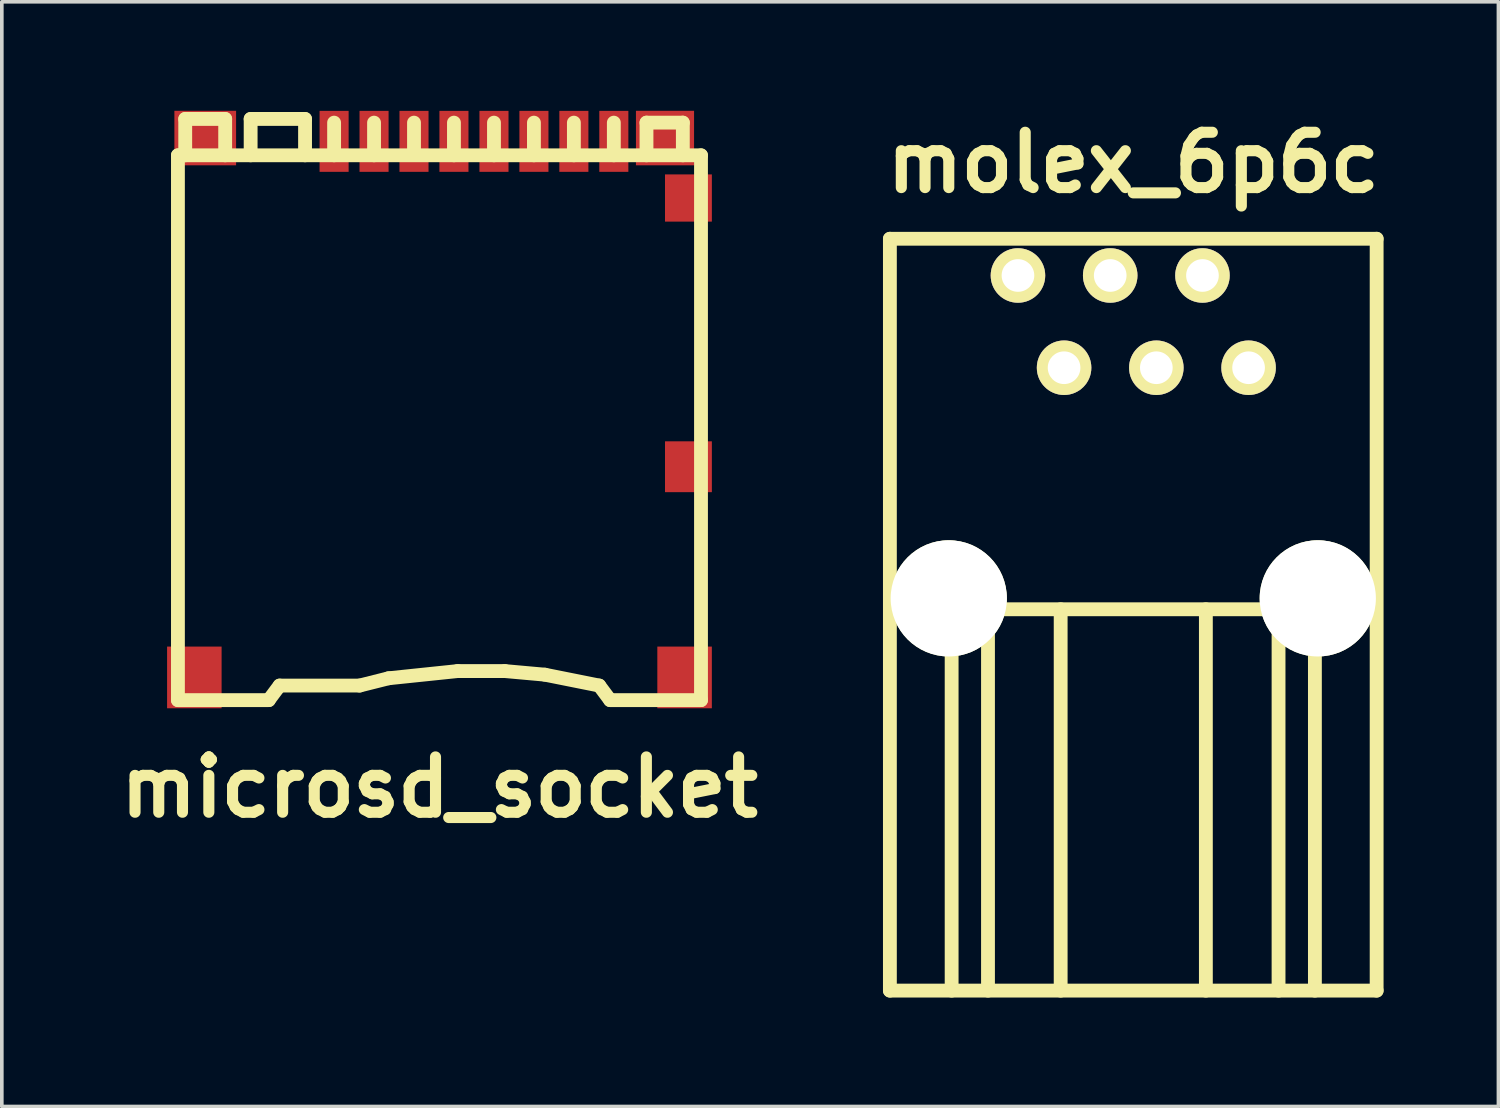
<source format=kicad_pcb>
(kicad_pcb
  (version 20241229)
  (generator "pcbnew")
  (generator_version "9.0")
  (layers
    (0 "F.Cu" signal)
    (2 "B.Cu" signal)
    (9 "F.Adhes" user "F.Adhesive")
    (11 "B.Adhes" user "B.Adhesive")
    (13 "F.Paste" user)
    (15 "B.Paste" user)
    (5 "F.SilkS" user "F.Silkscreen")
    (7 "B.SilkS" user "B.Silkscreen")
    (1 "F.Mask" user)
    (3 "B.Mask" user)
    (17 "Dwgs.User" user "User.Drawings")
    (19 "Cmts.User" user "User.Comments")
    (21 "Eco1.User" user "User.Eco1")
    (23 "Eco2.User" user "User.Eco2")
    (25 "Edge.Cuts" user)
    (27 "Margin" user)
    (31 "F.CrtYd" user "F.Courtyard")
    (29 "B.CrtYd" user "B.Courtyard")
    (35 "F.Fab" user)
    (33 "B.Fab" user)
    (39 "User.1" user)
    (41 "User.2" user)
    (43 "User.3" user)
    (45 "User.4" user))
  (footprint "microsd_socket"
    (layer "F.Cu")
    (at 9.05 8.226)
    (property "Reference" "microsd_socket" (at 0 10.399 0) (layer "F.SilkS") (effects (font (size 1.524 1.524) (thickness 0.305))))
    (attr through_hole)
    (fp_line (start -7.201 -7) (end -7.201 8.001) (stroke (width 0.381) (type solid)) (layer "F.SilkS"))
    (fp_line (start -7 -7) (end -7 -8.001) (stroke (width 0.381) (type solid)) (layer "F.SilkS"))
    (fp_line (start -5.9 -8.001) (end -7 -8.001) (stroke (width 0.381) (type solid)) (layer "F.SilkS"))
    (fp_line (start -5.9 -8.001) (end -5.9 -7) (stroke (width 0.381) (type solid)) (layer "F.SilkS"))
    (fp_line (start -5.199 -8.001) (end -5.199 -7) (stroke (width 0.381) (type solid)) (layer "F.SilkS"))
    (fp_line (start -4.699 8.001) (end -7.201 8.001) (stroke (width 0.381) (type solid)) (layer "F.SilkS"))
    (fp_line (start -4.402 7.6) (end -4.702 8.001) (stroke (width 0.381) (type solid)) (layer "F.SilkS"))
    (fp_line (start -3.701 -8.001) (end -5.199 -8.001) (stroke (width 0.381) (type solid)) (layer "F.SilkS"))
    (fp_line (start -3.701 -7) (end -3.701 -8.001) (stroke (width 0.381) (type solid)) (layer "F.SilkS"))
    (fp_line (start -2.901 -7) (end -2.901 -7.899) (stroke (width 0.381) (type solid)) (layer "F.SilkS"))
    (fp_line (start -2.2 7.6) (end -4.399 7.6) (stroke (width 0.381) (type solid)) (layer "F.SilkS"))
    (fp_line (start -2.2 7.6) (end -1.4 7.399) (stroke (width 0.381) (type solid)) (layer "F.SilkS"))
    (fp_line (start -1.801 -7.899) (end -1.801 -7) (stroke (width 0.381) (type solid)) (layer "F.SilkS"))
    (fp_line (start -1.4 7.399) (end 0.5 7.201) (stroke (width 0.381) (type solid)) (layer "F.SilkS"))
    (fp_line (start -0.701 -7.899) (end -0.701 -7.099) (stroke (width 0.381) (type solid)) (layer "F.SilkS"))
    (fp_line (start 0.399 -7.899) (end 0.399 -7) (stroke (width 0.381) (type solid)) (layer "F.SilkS"))
    (fp_line (start 0.5 7.201) (end 1.801 7.201) (stroke (width 0.381) (type solid)) (layer "F.SilkS"))
    (fp_line (start 1.501 -7.899) (end 1.501 -7) (stroke (width 0.381) (type solid)) (layer "F.SilkS"))
    (fp_line (start 1.801 7.201) (end 2.901 7.3) (stroke (width 0.381) (type solid)) (layer "F.SilkS"))
    (fp_line (start 2.601 -7.899) (end 2.601 -7) (stroke (width 0.381) (type solid)) (layer "F.SilkS"))
    (fp_line (start 2.901 7.3) (end 4.399 7.6) (stroke (width 0.381) (type solid)) (layer "F.SilkS"))
    (fp_line (start 3.701 -7.899) (end 3.701 -7) (stroke (width 0.381) (type solid)) (layer "F.SilkS"))
    (fp_line (start 4.699 8.001) (end 4.399 7.6) (stroke (width 0.381) (type solid)) (layer "F.SilkS"))
    (fp_line (start 4.699 8.001) (end 7.201 8.001) (stroke (width 0.381) (type solid)) (layer "F.SilkS"))
    (fp_line (start 4.801 -7.899) (end 4.801 -7) (stroke (width 0.381) (type solid)) (layer "F.SilkS"))
    (fp_line (start 5.7 -7.899) (end 6.701 -7.899) (stroke (width 0.381) (type solid)) (layer "F.SilkS"))
    (fp_line (start 5.7 -7) (end 5.7 -7.899) (stroke (width 0.381) (type solid)) (layer "F.SilkS"))
    (fp_line (start 6.701 -7.899) (end 6.701 -7) (stroke (width 0.381) (type solid)) (layer "F.SilkS"))
    (fp_line (start 7.201 -7) (end -7.201 -7) (stroke (width 0.381) (type solid)) (layer "F.SilkS"))
    (fp_line (start 7.201 8.001) (end 7.201 -7) (stroke (width 0.381) (type solid)) (layer "F.SilkS"))
    (pad "" smd rect (at -6.749 7.376) (size 1.501 1.699) (layers "F.Cu" "F.Mask" "F.Paste"))
    (pad "" smd rect (at -6.449 -7.475) (size 1.699 1.501) (layers "F.Cu" "F.Mask" "F.Paste"))
    (pad "" smd rect (at 6.21 -7.475) (size 1.6 1.501) (layers "F.Cu" "F.Mask" "F.Paste"))
    (pad "" smd rect (at 6.749 7.376) (size 1.501 1.699) (layers "F.Cu" "F.Mask" "F.Paste"))
    (pad "1" smd rect (at -2.901 -7.384) (size 0.8 1.679) (layers "F.Cu" "F.Mask" "F.Paste"))
    (pad "2" smd rect (at -1.801 -7.384) (size 0.8 1.679) (layers "F.Cu" "F.Mask" "F.Paste"))
    (pad "3" smd rect (at -0.701 -7.384) (size 0.8 1.679) (layers "F.Cu" "F.Mask" "F.Paste"))
    (pad "4" smd rect (at 0.399 -7.384) (size 0.8 1.679) (layers "F.Cu" "F.Mask" "F.Paste"))
    (pad "5" smd rect (at 1.501 -7.384) (size 0.8 1.679) (layers "F.Cu" "F.Mask" "F.Paste"))
    (pad "6" smd rect (at 2.601 -7.384) (size 0.8 1.679) (layers "F.Cu" "F.Mask" "F.Paste"))
    (pad "7" smd rect (at 3.701 -7.384) (size 0.8 1.679) (layers "F.Cu" "F.Mask" "F.Paste"))
    (pad "8" smd rect (at 4.801 -7.384) (size 0.8 1.679) (layers "F.Cu" "F.Mask" "F.Paste"))
    (pad "CD1" smd rect (at 6.855 1.575) (size 1.29 1.4) (layers "F.Cu" "F.Mask" "F.Paste"))
    (pad "CD2" smd rect (at 6.855 -5.824) (size 1.29 1.3) (layers "F.Cu" "F.Mask" "F.Paste")))
  (footprint "molex_6p6c"
    (layer "F.Cu")
    (at 28.153 13.425)
    (property "Reference" "molex_6p6c" (at 0 -11.999 0) (layer "F.SilkS") (effects (font (size 1.524 1.524) (thickness 0.305))))
    (attr through_hole)
    (fp_line (start -6.701 -9.901) (end -6.701 10.8) (stroke (width 0.381) (type solid)) (layer "F.SilkS"))
    (fp_line (start -6.701 -9.901) (end 6.701 -9.901) (stroke (width 0.381) (type solid)) (layer "F.SilkS"))
    (fp_line (start -5.001 0.3) (end -5.001 10.8) (stroke (width 0.381) (type solid)) (layer "F.SilkS"))
    (fp_line (start -5.001 0.3) (end 5.001 0.3) (stroke (width 0.381) (type solid)) (layer "F.SilkS"))
    (fp_line (start -4 10.8) (end -4 0.3) (stroke (width 0.381) (type solid)) (layer "F.SilkS"))
    (fp_line (start -1.999 10.8) (end -1.999 0.3) (stroke (width 0.381) (type solid)) (layer "F.SilkS"))
    (fp_line (start 1.999 10.8) (end 1.999 0.3) (stroke (width 0.381) (type solid)) (layer "F.SilkS"))
    (fp_line (start 4 0.3) (end 4 10.8) (stroke (width 0.381) (type solid)) (layer "F.SilkS"))
    (fp_line (start 5.001 0.3) (end 5.001 10.8) (stroke (width 0.381) (type solid)) (layer "F.SilkS"))
    (fp_line (start 6.701 -9.901) (end 6.701 10.8) (stroke (width 0.381) (type solid)) (layer "F.SilkS"))
    (fp_line (start 6.701 10.8) (end -6.701 10.8) (stroke (width 0.381) (type solid)) (layer "F.SilkS"))
    (pad "" np_thru_hole circle (at -5.08 0) (size 3.2 3.2) (drill 3.2) (layers "*.Cu" "*.Mask" "F.SilkS"))
    (pad "" np_thru_hole circle (at 5.08 0) (size 3.2 3.2) (drill 3.2) (layers "*.Cu" "*.Mask" "F.SilkS"))
    (pad "1" thru_hole circle (at -3.175 -8.89) (size 1.501 1.501) (drill 0.899) (layers "*.Cu" "*.Mask" "F.SilkS"))
    (pad "2" thru_hole circle (at -1.905 -6.35) (size 1.501 1.501) (drill 0.899) (layers "*.Cu" "*.Mask" "F.SilkS"))
    (pad "3" thru_hole circle (at -0.635 -8.89) (size 1.501 1.501) (drill 0.899) (layers "*.Cu" "*.Mask" "F.SilkS"))
    (pad "4" thru_hole circle (at 0.635 -6.35) (size 1.501 1.501) (drill 0.899) (layers "*.Cu" "*.Mask" "F.SilkS"))
    (pad "5" thru_hole circle (at 1.905 -8.89) (size 1.501 1.501) (drill 0.899) (layers "*.Cu" "*.Mask" "F.SilkS"))
    (pad "6" thru_hole circle (at 3.175 -6.35) (size 1.501 1.501) (drill 0.899) (layers "*.Cu" "*.Mask" "F.SilkS")))
  (gr_rect
    (start -3 -3)
    (end 38.207 27.416)
    (stroke (width 0.1) (type default))
    (fill no)
    (layer "Edge.Cuts")))
</source>
